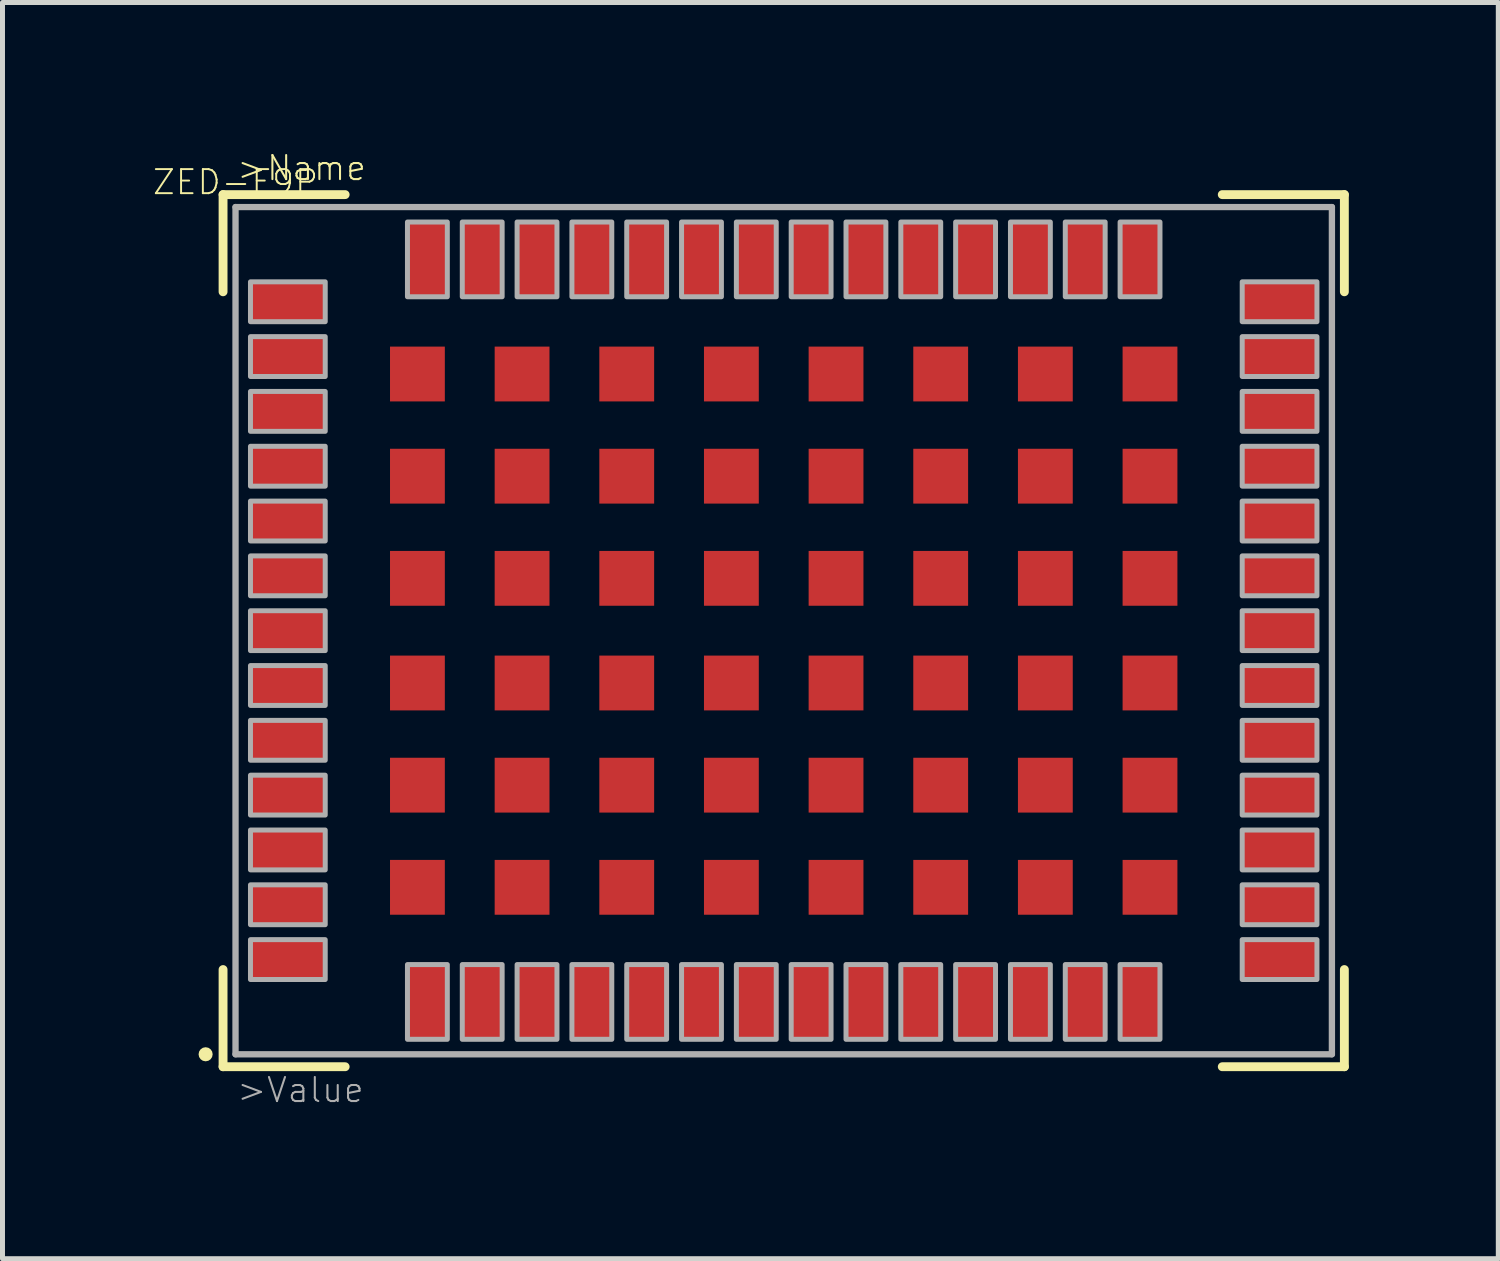
<source format=kicad_pcb>
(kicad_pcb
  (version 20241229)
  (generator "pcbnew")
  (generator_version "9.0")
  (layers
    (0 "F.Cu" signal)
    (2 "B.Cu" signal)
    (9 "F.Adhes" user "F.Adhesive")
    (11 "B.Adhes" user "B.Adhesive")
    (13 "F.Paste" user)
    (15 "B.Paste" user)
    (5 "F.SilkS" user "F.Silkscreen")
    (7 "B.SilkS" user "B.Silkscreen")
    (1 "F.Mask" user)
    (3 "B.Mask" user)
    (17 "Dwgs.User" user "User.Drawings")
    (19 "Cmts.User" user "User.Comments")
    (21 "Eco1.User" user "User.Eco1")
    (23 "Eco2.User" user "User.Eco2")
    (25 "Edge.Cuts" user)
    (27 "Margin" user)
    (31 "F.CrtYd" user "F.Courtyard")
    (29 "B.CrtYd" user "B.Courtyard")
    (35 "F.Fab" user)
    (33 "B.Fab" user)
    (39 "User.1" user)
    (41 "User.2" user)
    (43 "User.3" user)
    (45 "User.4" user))
  (footprint "ZED-F9P"
    (layer "F.Cu")
    (at 12.676 9.605)
    (property "Reference" "ZED-F9P" (at -11 -9 0) (layer "F.SilkS") (effects (font (size 0.483 0.483) (thickness 0.039))))
    (attr through_hole)
    (fp_line (start -11.25 -8.75) (end -8.8 -8.75) (stroke (width 0.178) (type solid)) (layer "F.SilkS"))
    (fp_line (start -11.25 -6.8) (end -11.25 -8.75) (stroke (width 0.178) (type solid)) (layer "F.SilkS"))
    (fp_line (start -11.25 8.75) (end -11.25 6.8) (stroke (width 0.178) (type solid)) (layer "F.SilkS"))
    (fp_line (start -8.8 8.75) (end -11.25 8.75) (stroke (width 0.178) (type solid)) (layer "F.SilkS"))
    (fp_line (start 8.8 -8.75) (end 11.25 -8.75) (stroke (width 0.178) (type solid)) (layer "F.SilkS"))
    (fp_line (start 11.25 -8.75) (end 11.25 -6.8) (stroke (width 0.178) (type solid)) (layer "F.SilkS"))
    (fp_line (start 11.25 6.8) (end 11.25 8.75) (stroke (width 0.178) (type solid)) (layer "F.SilkS"))
    (fp_line (start 11.25 8.75) (end 8.8 8.75) (stroke (width 0.178) (type solid)) (layer "F.SilkS"))
    (fp_circle (center -11.6 8.5) (end -11.529 8.5) (stroke (width 0.141) (type solid)) (fill no) (layer "F.SilkS"))
    (fp_poly (pts (xy -7.8 -4.7) (xy -6.9 -4.7) (xy -6.9 -5.6) (xy -7.8 -5.6)) (stroke (width 0) (type solid)) (fill yes) (layer "F.Paste"))
    (fp_poly (pts (xy -7.8 -2.65) (xy -6.9 -2.65) (xy -6.9 -3.55) (xy -7.8 -3.55)) (stroke (width 0) (type solid)) (fill yes) (layer "F.Paste"))
    (fp_poly (pts (xy -7.8 -0.6) (xy -6.9 -0.6) (xy -6.9 -1.5) (xy -7.8 -1.5)) (stroke (width 0) (type solid)) (fill yes) (layer "F.Paste"))
    (fp_poly (pts (xy -7.8 1.5) (xy -6.9 1.5) (xy -6.9 0.6) (xy -7.8 0.6)) (stroke (width 0) (type solid)) (fill yes) (layer "F.Paste"))
    (fp_poly (pts (xy -7.8 3.55) (xy -6.9 3.55) (xy -6.9 2.65) (xy -7.8 2.65)) (stroke (width 0) (type solid)) (fill yes) (layer "F.Paste"))
    (fp_poly (pts (xy -7.8 5.6) (xy -6.9 5.6) (xy -6.9 4.7) (xy -7.8 4.7)) (stroke (width 0) (type solid)) (fill yes) (layer "F.Paste"))
    (fp_poly (pts (xy -5.7 -4.7) (xy -4.8 -4.7) (xy -4.8 -5.6) (xy -5.7 -5.6)) (stroke (width 0) (type solid)) (fill yes) (layer "F.Paste"))
    (fp_poly (pts (xy -5.7 -2.65) (xy -4.8 -2.65) (xy -4.8 -3.55) (xy -5.7 -3.55)) (stroke (width 0) (type solid)) (fill yes) (layer "F.Paste"))
    (fp_poly (pts (xy -5.7 -0.6) (xy -4.8 -0.6) (xy -4.8 -1.5) (xy -5.7 -1.5)) (stroke (width 0) (type solid)) (fill yes) (layer "F.Paste"))
    (fp_poly (pts (xy -5.7 1.5) (xy -4.8 1.5) (xy -4.8 0.6) (xy -5.7 0.6)) (stroke (width 0) (type solid)) (fill yes) (layer "F.Paste"))
    (fp_poly (pts (xy -5.7 3.55) (xy -4.8 3.55) (xy -4.8 2.65) (xy -5.7 2.65)) (stroke (width 0) (type solid)) (fill yes) (layer "F.Paste"))
    (fp_poly (pts (xy -5.7 5.6) (xy -4.8 5.6) (xy -4.8 4.7) (xy -5.7 4.7)) (stroke (width 0) (type solid)) (fill yes) (layer "F.Paste"))
    (fp_poly (pts (xy -3.6 -4.7) (xy -2.7 -4.7) (xy -2.7 -5.6) (xy -3.6 -5.6)) (stroke (width 0) (type solid)) (fill yes) (layer "F.Paste"))
    (fp_poly (pts (xy -3.6 -2.65) (xy -2.7 -2.65) (xy -2.7 -3.55) (xy -3.6 -3.55)) (stroke (width 0) (type solid)) (fill yes) (layer "F.Paste"))
    (fp_poly (pts (xy -3.6 -0.6) (xy -2.7 -0.6) (xy -2.7 -1.5) (xy -3.6 -1.5)) (stroke (width 0) (type solid)) (fill yes) (layer "F.Paste"))
    (fp_poly (pts (xy -3.6 1.5) (xy -2.7 1.5) (xy -2.7 0.6) (xy -3.6 0.6)) (stroke (width 0) (type solid)) (fill yes) (layer "F.Paste"))
    (fp_poly (pts (xy -3.6 3.55) (xy -2.7 3.55) (xy -2.7 2.65) (xy -3.6 2.65)) (stroke (width 0) (type solid)) (fill yes) (layer "F.Paste"))
    (fp_poly (pts (xy -3.6 5.6) (xy -2.7 5.6) (xy -2.7 4.7) (xy -3.6 4.7)) (stroke (width 0) (type solid)) (fill yes) (layer "F.Paste"))
    (fp_poly (pts (xy -1.5 -4.7) (xy -0.6 -4.7) (xy -0.6 -5.6) (xy -1.5 -5.6)) (stroke (width 0) (type solid)) (fill yes) (layer "F.Paste"))
    (fp_poly (pts (xy -1.5 -2.65) (xy -0.6 -2.65) (xy -0.6 -3.55) (xy -1.5 -3.55)) (stroke (width 0) (type solid)) (fill yes) (layer "F.Paste"))
    (fp_poly (pts (xy -1.5 -0.6) (xy -0.6 -0.6) (xy -0.6 -1.5) (xy -1.5 -1.5)) (stroke (width 0) (type solid)) (fill yes) (layer "F.Paste"))
    (fp_poly (pts (xy -1.5 1.5) (xy -0.6 1.5) (xy -0.6 0.6) (xy -1.5 0.6)) (stroke (width 0) (type solid)) (fill yes) (layer "F.Paste"))
    (fp_poly (pts (xy -1.5 3.55) (xy -0.6 3.55) (xy -0.6 2.65) (xy -1.5 2.65)) (stroke (width 0) (type solid)) (fill yes) (layer "F.Paste"))
    (fp_poly (pts (xy -1.5 5.6) (xy -0.6 5.6) (xy -0.6 4.7) (xy -1.5 4.7)) (stroke (width 0) (type solid)) (fill yes) (layer "F.Paste"))
    (fp_poly (pts (xy 0.6 -4.7) (xy 1.5 -4.7) (xy 1.5 -5.6) (xy 0.6 -5.6)) (stroke (width 0) (type solid)) (fill yes) (layer "F.Paste"))
    (fp_poly (pts (xy 0.6 -2.65) (xy 1.5 -2.65) (xy 1.5 -3.55) (xy 0.6 -3.55)) (stroke (width 0) (type solid)) (fill yes) (layer "F.Paste"))
    (fp_poly (pts (xy 0.6 -0.6) (xy 1.5 -0.6) (xy 1.5 -1.5) (xy 0.6 -1.5)) (stroke (width 0) (type solid)) (fill yes) (layer "F.Paste"))
    (fp_poly (pts (xy 0.6 1.5) (xy 1.5 1.5) (xy 1.5 0.6) (xy 0.6 0.6)) (stroke (width 0) (type solid)) (fill yes) (layer "F.Paste"))
    (fp_poly (pts (xy 0.6 3.55) (xy 1.5 3.55) (xy 1.5 2.65) (xy 0.6 2.65)) (stroke (width 0) (type solid)) (fill yes) (layer "F.Paste"))
    (fp_poly (pts (xy 0.6 5.6) (xy 1.5 5.6) (xy 1.5 4.7) (xy 0.6 4.7)) (stroke (width 0) (type solid)) (fill yes) (layer "F.Paste"))
    (fp_poly (pts (xy 2.7 -4.7) (xy 3.6 -4.7) (xy 3.6 -5.6) (xy 2.7 -5.6)) (stroke (width 0) (type solid)) (fill yes) (layer "F.Paste"))
    (fp_poly (pts (xy 2.7 -2.65) (xy 3.6 -2.65) (xy 3.6 -3.55) (xy 2.7 -3.55)) (stroke (width 0) (type solid)) (fill yes) (layer "F.Paste"))
    (fp_poly (pts (xy 2.7 -0.6) (xy 3.6 -0.6) (xy 3.6 -1.5) (xy 2.7 -1.5)) (stroke (width 0) (type solid)) (fill yes) (layer "F.Paste"))
    (fp_poly (pts (xy 2.7 1.5) (xy 3.6 1.5) (xy 3.6 0.6) (xy 2.7 0.6)) (stroke (width 0) (type solid)) (fill yes) (layer "F.Paste"))
    (fp_poly (pts (xy 2.7 3.55) (xy 3.6 3.55) (xy 3.6 2.65) (xy 2.7 2.65)) (stroke (width 0) (type solid)) (fill yes) (layer "F.Paste"))
    (fp_poly (pts (xy 2.7 5.6) (xy 3.6 5.6) (xy 3.6 4.7) (xy 2.7 4.7)) (stroke (width 0) (type solid)) (fill yes) (layer "F.Paste"))
    (fp_poly (pts (xy 4.8 -4.7) (xy 5.7 -4.7) (xy 5.7 -5.6) (xy 4.8 -5.6)) (stroke (width 0) (type solid)) (fill yes) (layer "F.Paste"))
    (fp_poly (pts (xy 4.8 -2.65) (xy 5.7 -2.65) (xy 5.7 -3.55) (xy 4.8 -3.55)) (stroke (width 0) (type solid)) (fill yes) (layer "F.Paste"))
    (fp_poly (pts (xy 4.8 -0.6) (xy 5.7 -0.6) (xy 5.7 -1.5) (xy 4.8 -1.5)) (stroke (width 0) (type solid)) (fill yes) (layer "F.Paste"))
    (fp_poly (pts (xy 4.8 1.5) (xy 5.7 1.5) (xy 5.7 0.6) (xy 4.8 0.6)) (stroke (width 0) (type solid)) (fill yes) (layer "F.Paste"))
    (fp_poly (pts (xy 4.8 3.55) (xy 5.7 3.55) (xy 5.7 2.65) (xy 4.8 2.65)) (stroke (width 0) (type solid)) (fill yes) (layer "F.Paste"))
    (fp_poly (pts (xy 4.8 5.6) (xy 5.7 5.6) (xy 5.7 4.7) (xy 4.8 4.7)) (stroke (width 0) (type solid)) (fill yes) (layer "F.Paste"))
    (fp_poly (pts (xy 6.9 -4.7) (xy 7.8 -4.7) (xy 7.8 -5.6) (xy 6.9 -5.6)) (stroke (width 0) (type solid)) (fill yes) (layer "F.Paste"))
    (fp_poly (pts (xy 6.9 -2.65) (xy 7.8 -2.65) (xy 7.8 -3.55) (xy 6.9 -3.55)) (stroke (width 0) (type solid)) (fill yes) (layer "F.Paste"))
    (fp_poly (pts (xy 6.9 -0.6) (xy 7.8 -0.6) (xy 7.8 -1.5) (xy 6.9 -1.5)) (stroke (width 0) (type solid)) (fill yes) (layer "F.Paste"))
    (fp_poly (pts (xy 6.9 1.5) (xy 7.8 1.5) (xy 7.8 0.6) (xy 6.9 0.6)) (stroke (width 0) (type solid)) (fill yes) (layer "F.Paste"))
    (fp_poly (pts (xy 6.9 3.55) (xy 7.8 3.55) (xy 7.8 2.65) (xy 6.9 2.65)) (stroke (width 0) (type solid)) (fill yes) (layer "F.Paste"))
    (fp_poly (pts (xy 6.9 5.6) (xy 7.8 5.6) (xy 7.8 4.7) (xy 6.9 4.7)) (stroke (width 0) (type solid)) (fill yes) (layer "F.Paste"))
    (fp_line (start -11 -8.5) (end 11 -8.5) (stroke (width 0.127) (type solid)) (layer "F.Fab"))
    (fp_line (start -11 8.5) (end -11 -8.5) (stroke (width 0.127) (type solid)) (layer "F.Fab"))
    (fp_line (start 11 -8.5) (end 11 8.5) (stroke (width 0.127) (type solid)) (layer "F.Fab"))
    (fp_line (start 11 8.5) (end -11 8.5) (stroke (width 0.127) (type solid)) (layer "F.Fab"))
    (fp_poly (pts (xy -10.7 -6.2) (xy -9.2 -6.2) (xy -9.2 -7) (xy -10.7 -7)) (stroke (width 0.1) (type solid)) (fill no) (layer "F.Fab"))
    (fp_poly (pts (xy -10.7 -5.1) (xy -9.2 -5.1) (xy -9.2 -5.9) (xy -10.7 -5.9)) (stroke (width 0.1) (type solid)) (fill no) (layer "F.Fab"))
    (fp_poly (pts (xy -10.7 -4) (xy -9.2 -4) (xy -9.2 -4.8) (xy -10.7 -4.8)) (stroke (width 0.1) (type solid)) (fill no) (layer "F.Fab"))
    (fp_poly (pts (xy -10.7 -2.9) (xy -9.2 -2.9) (xy -9.2 -3.7) (xy -10.7 -3.7)) (stroke (width 0.1) (type solid)) (fill no) (layer "F.Fab"))
    (fp_poly (pts (xy -10.7 -1.8) (xy -9.2 -1.8) (xy -9.2 -2.6) (xy -10.7 -2.6)) (stroke (width 0.1) (type solid)) (fill no) (layer "F.Fab"))
    (fp_poly (pts (xy -10.7 -0.7) (xy -9.2 -0.7) (xy -9.2 -1.5) (xy -10.7 -1.5)) (stroke (width 0.1) (type solid)) (fill no) (layer "F.Fab"))
    (fp_poly (pts (xy -10.7 0.4) (xy -9.2 0.4) (xy -9.2 -0.4) (xy -10.7 -0.4)) (stroke (width 0.1) (type solid)) (fill no) (layer "F.Fab"))
    (fp_poly (pts (xy -10.7 1.5) (xy -9.2 1.5) (xy -9.2 0.7) (xy -10.7 0.7)) (stroke (width 0.1) (type solid)) (fill no) (layer "F.Fab"))
    (fp_poly (pts (xy -10.7 2.6) (xy -9.2 2.6) (xy -9.2 1.8) (xy -10.7 1.8)) (stroke (width 0.1) (type solid)) (fill no) (layer "F.Fab"))
    (fp_poly (pts (xy -10.7 3.7) (xy -9.2 3.7) (xy -9.2 2.9) (xy -10.7 2.9)) (stroke (width 0.1) (type solid)) (fill no) (layer "F.Fab"))
    (fp_poly (pts (xy -10.7 4.8) (xy -9.2 4.8) (xy -9.2 4) (xy -10.7 4)) (stroke (width 0.1) (type solid)) (fill no) (layer "F.Fab"))
    (fp_poly (pts (xy -10.7 5.9) (xy -9.2 5.9) (xy -9.2 5.1) (xy -10.7 5.1)) (stroke (width 0.1) (type solid)) (fill no) (layer "F.Fab"))
    (fp_poly (pts (xy -10.7 7) (xy -9.2 7) (xy -9.2 6.2) (xy -10.7 6.2)) (stroke (width 0.1) (type solid)) (fill no) (layer "F.Fab"))
    (fp_poly (pts (xy -7.55 -6.7) (xy -6.75 -6.7) (xy -6.75 -8.2) (xy -7.55 -8.2)) (stroke (width 0.1) (type solid)) (fill no) (layer "F.Fab"))
    (fp_poly (pts (xy -7.55 8.2) (xy -6.75 8.2) (xy -6.75 6.7) (xy -7.55 6.7)) (stroke (width 0.1) (type solid)) (fill no) (layer "F.Fab"))
    (fp_poly (pts (xy -6.45 -6.7) (xy -5.65 -6.7) (xy -5.65 -8.2) (xy -6.45 -8.2)) (stroke (width 0.1) (type solid)) (fill no) (layer "F.Fab"))
    (fp_poly (pts (xy -6.45 8.2) (xy -5.65 8.2) (xy -5.65 6.7) (xy -6.45 6.7)) (stroke (width 0.1) (type solid)) (fill no) (layer "F.Fab"))
    (fp_poly (pts (xy -5.35 -6.7) (xy -4.55 -6.7) (xy -4.55 -8.2) (xy -5.35 -8.2)) (stroke (width 0.1) (type solid)) (fill no) (layer "F.Fab"))
    (fp_poly (pts (xy -5.35 8.2) (xy -4.55 8.2) (xy -4.55 6.7) (xy -5.35 6.7)) (stroke (width 0.1) (type solid)) (fill no) (layer "F.Fab"))
    (fp_poly (pts (xy -4.25 -6.7) (xy -3.45 -6.7) (xy -3.45 -8.2) (xy -4.25 -8.2)) (stroke (width 0.1) (type solid)) (fill no) (layer "F.Fab"))
    (fp_poly (pts (xy -4.25 8.2) (xy -3.45 8.2) (xy -3.45 6.7) (xy -4.25 6.7)) (stroke (width 0.1) (type solid)) (fill no) (layer "F.Fab"))
    (fp_poly (pts (xy -3.15 -6.7) (xy -2.35 -6.7) (xy -2.35 -8.2) (xy -3.15 -8.2)) (stroke (width 0.1) (type solid)) (fill no) (layer "F.Fab"))
    (fp_poly (pts (xy -3.15 8.2) (xy -2.35 8.2) (xy -2.35 6.7) (xy -3.15 6.7)) (stroke (width 0.1) (type solid)) (fill no) (layer "F.Fab"))
    (fp_poly (pts (xy -2.05 -6.7) (xy -1.25 -6.7) (xy -1.25 -8.2) (xy -2.05 -8.2)) (stroke (width 0.1) (type solid)) (fill no) (layer "F.Fab"))
    (fp_poly (pts (xy -2.05 8.2) (xy -1.25 8.2) (xy -1.25 6.7) (xy -2.05 6.7)) (stroke (width 0.1) (type solid)) (fill no) (layer "F.Fab"))
    (fp_poly (pts (xy -0.95 -6.7) (xy -0.15 -6.7) (xy -0.15 -8.2) (xy -0.95 -8.2)) (stroke (width 0.1) (type solid)) (fill no) (layer "F.Fab"))
    (fp_poly (pts (xy -0.95 8.2) (xy -0.15 8.2) (xy -0.15 6.7) (xy -0.95 6.7)) (stroke (width 0.1) (type solid)) (fill no) (layer "F.Fab"))
    (fp_poly (pts (xy 0.15 -6.7) (xy 0.95 -6.7) (xy 0.95 -8.2) (xy 0.15 -8.2)) (stroke (width 0.1) (type solid)) (fill no) (layer "F.Fab"))
    (fp_poly (pts (xy 0.15 8.2) (xy 0.95 8.2) (xy 0.95 6.7) (xy 0.15 6.7)) (stroke (width 0.1) (type solid)) (fill no) (layer "F.Fab"))
    (fp_poly (pts (xy 1.25 -6.7) (xy 2.05 -6.7) (xy 2.05 -8.2) (xy 1.25 -8.2)) (stroke (width 0.1) (type solid)) (fill no) (layer "F.Fab"))
    (fp_poly (pts (xy 1.25 8.2) (xy 2.05 8.2) (xy 2.05 6.7) (xy 1.25 6.7)) (stroke (width 0.1) (type solid)) (fill no) (layer "F.Fab"))
    (fp_poly (pts (xy 2.35 -6.7) (xy 3.15 -6.7) (xy 3.15 -8.2) (xy 2.35 -8.2)) (stroke (width 0.1) (type solid)) (fill no) (layer "F.Fab"))
    (fp_poly (pts (xy 2.35 8.2) (xy 3.15 8.2) (xy 3.15 6.7) (xy 2.35 6.7)) (stroke (width 0.1) (type solid)) (fill no) (layer "F.Fab"))
    (fp_poly (pts (xy 3.45 -6.7) (xy 4.25 -6.7) (xy 4.25 -8.2) (xy 3.45 -8.2)) (stroke (width 0.1) (type solid)) (fill no) (layer "F.Fab"))
    (fp_poly (pts (xy 3.45 8.2) (xy 4.25 8.2) (xy 4.25 6.7) (xy 3.45 6.7)) (stroke (width 0.1) (type solid)) (fill no) (layer "F.Fab"))
    (fp_poly (pts (xy 4.55 -6.7) (xy 5.35 -6.7) (xy 5.35 -8.2) (xy 4.55 -8.2)) (stroke (width 0.1) (type solid)) (fill no) (layer "F.Fab"))
    (fp_poly (pts (xy 4.55 8.2) (xy 5.35 8.2) (xy 5.35 6.7) (xy 4.55 6.7)) (stroke (width 0.1) (type solid)) (fill no) (layer "F.Fab"))
    (fp_poly (pts (xy 5.65 -6.7) (xy 6.45 -6.7) (xy 6.45 -8.2) (xy 5.65 -8.2)) (stroke (width 0.1) (type solid)) (fill no) (layer "F.Fab"))
    (fp_poly (pts (xy 5.65 8.2) (xy 6.45 8.2) (xy 6.45 6.7) (xy 5.65 6.7)) (stroke (width 0.1) (type solid)) (fill no) (layer "F.Fab"))
    (fp_poly (pts (xy 6.75 -6.7) (xy 7.55 -6.7) (xy 7.55 -8.2) (xy 6.75 -8.2)) (stroke (width 0.1) (type solid)) (fill no) (layer "F.Fab"))
    (fp_poly (pts (xy 6.75 8.2) (xy 7.55 8.2) (xy 7.55 6.7) (xy 6.75 6.7)) (stroke (width 0.1) (type solid)) (fill no) (layer "F.Fab"))
    (fp_poly (pts (xy 9.2 -6.2) (xy 10.7 -6.2) (xy 10.7 -7) (xy 9.2 -7)) (stroke (width 0.1) (type solid)) (fill no) (layer "F.Fab"))
    (fp_poly (pts (xy 9.2 -5.1) (xy 10.7 -5.1) (xy 10.7 -5.9) (xy 9.2 -5.9)) (stroke (width 0.1) (type solid)) (fill no) (layer "F.Fab"))
    (fp_poly (pts (xy 9.2 -4) (xy 10.7 -4) (xy 10.7 -4.8) (xy 9.2 -4.8)) (stroke (width 0.1) (type solid)) (fill no) (layer "F.Fab"))
    (fp_poly (pts (xy 9.2 -2.9) (xy 10.7 -2.9) (xy 10.7 -3.7) (xy 9.2 -3.7)) (stroke (width 0.1) (type solid)) (fill no) (layer "F.Fab"))
    (fp_poly (pts (xy 9.2 -1.8) (xy 10.7 -1.8) (xy 10.7 -2.6) (xy 9.2 -2.6)) (stroke (width 0.1) (type solid)) (fill no) (layer "F.Fab"))
    (fp_poly (pts (xy 9.2 -0.7) (xy 10.7 -0.7) (xy 10.7 -1.5) (xy 9.2 -1.5)) (stroke (width 0.1) (type solid)) (fill no) (layer "F.Fab"))
    (fp_poly (pts (xy 9.2 0.4) (xy 10.7 0.4) (xy 10.7 -0.4) (xy 9.2 -0.4)) (stroke (width 0.1) (type solid)) (fill no) (layer "F.Fab"))
    (fp_poly (pts (xy 9.2 1.5) (xy 10.7 1.5) (xy 10.7 0.7) (xy 9.2 0.7)) (stroke (width 0.1) (type solid)) (fill no) (layer "F.Fab"))
    (fp_poly (pts (xy 9.2 2.6) (xy 10.7 2.6) (xy 10.7 1.8) (xy 9.2 1.8)) (stroke (width 0.1) (type solid)) (fill no) (layer "F.Fab"))
    (fp_poly (pts (xy 9.2 3.7) (xy 10.7 3.7) (xy 10.7 2.9) (xy 9.2 2.9)) (stroke (width 0.1) (type solid)) (fill no) (layer "F.Fab"))
    (fp_poly (pts (xy 9.2 4.8) (xy 10.7 4.8) (xy 10.7 4) (xy 9.2 4)) (stroke (width 0.1) (type solid)) (fill no) (layer "F.Fab"))
    (fp_poly (pts (xy 9.2 5.9) (xy 10.7 5.9) (xy 10.7 5.1) (xy 9.2 5.1)) (stroke (width 0.1) (type solid)) (fill no) (layer "F.Fab"))
    (fp_poly (pts (xy 9.2 7) (xy 10.7 7) (xy 10.7 6.2) (xy 9.2 6.2)) (stroke (width 0.1) (type solid)) (fill no) (layer "F.Fab"))
    (fp_text user ">Name" (at -11 -9 0) (layer "F.SilkS") (effects (font (size 0.483 0.483) (thickness 0.041)) (justify left bottom)))
    (fp_text user ">Value" (at -11 9.5 0) (layer "F.Fab") (effects (font (size 0.483 0.483) (thickness 0.041)) (justify left bottom)))
    (pad "1" smd rect (at -7.15 7.45 90) (size 1.52 0.85) (layers "F.Cu" "F.Mask" "F.Paste"))
    (pad "2" smd rect (at -6.05 7.45 90) (size 1.52 0.85) (layers "F.Cu" "F.Mask" "F.Paste"))
    (pad "3" smd rect (at -4.95 7.45 90) (size 1.52 0.85) (layers "F.Cu" "F.Mask" "F.Paste"))
    (pad "4" smd rect (at -3.85 7.45 90) (size 1.52 0.85) (layers "F.Cu" "F.Mask" "F.Paste"))
    (pad "5" smd rect (at -2.75 7.45 90) (size 1.52 0.85) (layers "F.Cu" "F.Mask" "F.Paste"))
    (pad "6" smd rect (at -1.65 7.45 90) (size 1.52 0.85) (layers "F.Cu" "F.Mask" "F.Paste"))
    (pad "7" smd rect (at -0.55 7.45 90) (size 1.52 0.85) (layers "F.Cu" "F.Mask" "F.Paste"))
    (pad "8" smd rect (at 0.55 7.45 90) (size 1.52 0.85) (layers "F.Cu" "F.Mask" "F.Paste"))
    (pad "9" smd rect (at 1.65 7.45 90) (size 1.52 0.85) (layers "F.Cu" "F.Mask" "F.Paste"))
    (pad "10" smd rect (at 2.75 7.45 90) (size 1.52 0.85) (layers "F.Cu" "F.Mask" "F.Paste"))
    (pad "11" smd rect (at 3.85 7.45 90) (size 1.52 0.85) (layers "F.Cu" "F.Mask" "F.Paste"))
    (pad "12" smd rect (at 4.95 7.45 90) (size 1.52 0.85) (layers "F.Cu" "F.Mask" "F.Paste"))
    (pad "13" smd rect (at 6.05 7.45 90) (size 1.52 0.85) (layers "F.Cu" "F.Mask" "F.Paste"))
    (pad "14" smd rect (at 7.15 7.45 90) (size 1.52 0.85) (layers "F.Cu" "F.Mask" "F.Paste"))
    (pad "15" smd rect (at 9.95 6.6) (size 1.52 0.85) (layers "F.Cu" "F.Mask" "F.Paste"))
    (pad "16" smd rect (at 9.95 5.5) (size 1.52 0.85) (layers "F.Cu" "F.Mask" "F.Paste"))
    (pad "17" smd rect (at 9.95 4.4) (size 1.52 0.85) (layers "F.Cu" "F.Mask" "F.Paste"))
    (pad "18" smd rect (at 9.95 3.3) (size 1.52 0.85) (layers "F.Cu" "F.Mask" "F.Paste"))
    (pad "19" smd rect (at 9.95 2.2) (size 1.52 0.85) (layers "F.Cu" "F.Mask" "F.Paste"))
    (pad "20" smd rect (at 9.95 1.1) (size 1.52 0.85) (layers "F.Cu" "F.Mask" "F.Paste"))
    (pad "21" smd rect (at 9.95 0) (size 1.52 0.85) (layers "F.Cu" "F.Mask" "F.Paste"))
    (pad "22" smd rect (at 9.95 -1.1) (size 1.52 0.85) (layers "F.Cu" "F.Mask" "F.Paste"))
    (pad "23" smd rect (at 9.95 -2.2) (size 1.52 0.85) (layers "F.Cu" "F.Mask" "F.Paste"))
    (pad "24" smd rect (at 9.95 -3.3) (size 1.52 0.85) (layers "F.Cu" "F.Mask" "F.Paste"))
    (pad "25" smd rect (at 9.95 -4.4) (size 1.52 0.85) (layers "F.Cu" "F.Mask" "F.Paste"))
    (pad "26" smd rect (at 9.95 -5.5) (size 1.52 0.85) (layers "F.Cu" "F.Mask" "F.Paste"))
    (pad "27" smd rect (at 9.95 -6.6) (size 1.52 0.85) (layers "F.Cu" "F.Mask" "F.Paste"))
    (pad "28" smd rect (at 7.15 -7.45 270) (size 1.52 0.85) (layers "F.Cu" "F.Mask" "F.Paste"))
    (pad "29" smd rect (at 6.05 -7.45 270) (size 1.52 0.85) (layers "F.Cu" "F.Mask" "F.Paste"))
    (pad "30" smd rect (at 4.95 -7.45 270) (size 1.52 0.85) (layers "F.Cu" "F.Mask" "F.Paste"))
    (pad "31" smd rect (at 3.85 -7.45 270) (size 1.52 0.85) (layers "F.Cu" "F.Mask" "F.Paste"))
    (pad "32" smd rect (at 2.75 -7.45 270) (size 1.52 0.85) (layers "F.Cu" "F.Mask" "F.Paste"))
    (pad "33" smd rect (at 1.65 -7.45 270) (size 1.52 0.85) (layers "F.Cu" "F.Mask" "F.Paste"))
    (pad "34" smd rect (at 0.55 -7.45 270) (size 1.52 0.85) (layers "F.Cu" "F.Mask" "F.Paste"))
    (pad "35" smd rect (at -0.55 -7.45 270) (size 1.52 0.85) (layers "F.Cu" "F.Mask" "F.Paste"))
    (pad "36" smd rect (at -1.65 -7.45 270) (size 1.52 0.85) (layers "F.Cu" "F.Mask" "F.Paste"))
    (pad "37" smd rect (at -2.75 -7.45 270) (size 1.52 0.85) (layers "F.Cu" "F.Mask" "F.Paste"))
    (pad "38" smd rect (at -3.85 -7.45 270) (size 1.52 0.85) (layers "F.Cu" "F.Mask" "F.Paste"))
    (pad "39" smd rect (at -4.95 -7.45 270) (size 1.52 0.85) (layers "F.Cu" "F.Mask" "F.Paste"))
    (pad "40" smd rect (at -6.05 -7.45 270) (size 1.52 0.85) (layers "F.Cu" "F.Mask" "F.Paste"))
    (pad "41" smd rect (at -7.15 -7.45 270) (size 1.52 0.85) (layers "F.Cu" "F.Mask" "F.Paste"))
    (pad "42" smd rect (at -9.95 -6.6 180) (size 1.52 0.85) (layers "F.Cu" "F.Mask" "F.Paste"))
    (pad "43" smd rect (at -9.95 -5.5 180) (size 1.52 0.85) (layers "F.Cu" "F.Mask" "F.Paste"))
    (pad "44" smd rect (at -9.95 -4.4 180) (size 1.52 0.85) (layers "F.Cu" "F.Mask" "F.Paste"))
    (pad "45" smd rect (at -9.95 -3.3 180) (size 1.52 0.85) (layers "F.Cu" "F.Mask" "F.Paste"))
    (pad "46" smd rect (at -9.95 -2.2 180) (size 1.52 0.85) (layers "F.Cu" "F.Mask" "F.Paste"))
    (pad "47" smd rect (at -9.95 -1.1 180) (size 1.52 0.85) (layers "F.Cu" "F.Mask" "F.Paste"))
    (pad "48" smd rect (at -9.95 0 180) (size 1.52 0.85) (layers "F.Cu" "F.Mask" "F.Paste"))
    (pad "49" smd rect (at -9.95 1.1 180) (size 1.52 0.85) (layers "F.Cu" "F.Mask" "F.Paste"))
    (pad "50" smd rect (at -9.95 2.2 180) (size 1.52 0.85) (layers "F.Cu" "F.Mask" "F.Paste"))
    (pad "51" smd rect (at -9.95 3.3 180) (size 1.52 0.85) (layers "F.Cu" "F.Mask" "F.Paste"))
    (pad "52" smd rect (at -9.95 4.4 180) (size 1.52 0.85) (layers "F.Cu" "F.Mask" "F.Paste"))
    (pad "53" smd rect (at -9.95 5.5 180) (size 1.52 0.85) (layers "F.Cu" "F.Mask" "F.Paste"))
    (pad "54" smd rect (at -9.95 6.6 180) (size 1.52 0.85) (layers "F.Cu" "F.Mask" "F.Paste"))
    (pad "55" smd rect (at -1.05 1.05) (size 1.1 1.1) (layers "F.Cu" "F.Mask"))
    (pad "56" smd rect (at -3.15 1.05) (size 1.1 1.1) (layers "F.Cu" "F.Mask"))
    (pad "57" smd rect (at -5.25 1.05) (size 1.1 1.1) (layers "F.Cu" "F.Mask"))
    (pad "58" smd rect (at -7.35 1.05) (size 1.1 1.1) (layers "F.Cu" "F.Mask"))
    (pad "59" smd rect (at -1.05 3.1) (size 1.1 1.1) (layers "F.Cu" "F.Mask"))
    (pad "60" smd rect (at -3.15 3.1) (size 1.1 1.1) (layers "F.Cu" "F.Mask"))
    (pad "61" smd rect (at -5.25 3.1) (size 1.1 1.1) (layers "F.Cu" "F.Mask"))
    (pad "62" smd rect (at -7.35 3.1) (size 1.1 1.1) (layers "F.Cu" "F.Mask"))
    (pad "63" smd rect (at -1.05 5.15) (size 1.1 1.1) (layers "F.Cu" "F.Mask"))
    (pad "64" smd rect (at -3.15 5.15) (size 1.1 1.1) (layers "F.Cu" "F.Mask"))
    (pad "65" smd rect (at -5.25 5.15) (size 1.1 1.1) (layers "F.Cu" "F.Mask"))
    (pad "66" smd rect (at -7.35 5.15) (size 1.1 1.1) (layers "F.Cu" "F.Mask"))
    (pad "67" smd rect (at -1.05 -5.15) (size 1.1 1.1) (layers "F.Cu" "F.Mask"))
    (pad "68" smd rect (at -3.15 -5.15) (size 1.1 1.1) (layers "F.Cu" "F.Mask"))
    (pad "69" smd rect (at -5.25 -5.15) (size 1.1 1.1) (layers "F.Cu" "F.Mask"))
    (pad "70" smd rect (at -7.35 -5.15) (size 1.1 1.1) (layers "F.Cu" "F.Mask"))
    (pad "71" smd rect (at -1.05 -3.1) (size 1.1 1.1) (layers "F.Cu" "F.Mask"))
    (pad "72" smd rect (at -3.15 -3.1) (size 1.1 1.1) (layers "F.Cu" "F.Mask"))
    (pad "73" smd rect (at -5.25 -3.1) (size 1.1 1.1) (layers "F.Cu" "F.Mask"))
    (pad "74" smd rect (at -7.35 -3.1) (size 1.1 1.1) (layers "F.Cu" "F.Mask"))
    (pad "75" smd rect (at -1.05 -1.05) (size 1.1 1.1) (layers "F.Cu" "F.Mask"))
    (pad "76" smd rect (at -3.15 -1.05) (size 1.1 1.1) (layers "F.Cu" "F.Mask"))
    (pad "77" smd rect (at -5.25 -1.05) (size 1.1 1.1) (layers "F.Cu" "F.Mask"))
    (pad "78" smd rect (at -7.35 -1.05) (size 1.1 1.1) (layers "F.Cu" "F.Mask"))
    (pad "79" smd rect (at 1.05 -1.05 180) (size 1.1 1.1) (layers "F.Cu" "F.Mask"))
    (pad "80" smd rect (at 3.15 -1.05 180) (size 1.1 1.1) (layers "F.Cu" "F.Mask"))
    (pad "81" smd rect (at 5.25 -1.05 180) (size 1.1 1.1) (layers "F.Cu" "F.Mask"))
    (pad "82" smd rect (at 7.35 -1.05 180) (size 1.1 1.1) (layers "F.Cu" "F.Mask"))
    (pad "83" smd rect (at 1.05 -3.1 180) (size 1.1 1.1) (layers "F.Cu" "F.Mask"))
    (pad "84" smd rect (at 3.15 -3.1 180) (size 1.1 1.1) (layers "F.Cu" "F.Mask"))
    (pad "85" smd rect (at 5.25 -3.1 180) (size 1.1 1.1) (layers "F.Cu" "F.Mask"))
    (pad "86" smd rect (at 7.35 -3.1 180) (size 1.1 1.1) (layers "F.Cu" "F.Mask"))
    (pad "87" smd rect (at 1.05 -5.15 180) (size 1.1 1.1) (layers "F.Cu" "F.Mask"))
    (pad "88" smd rect (at 3.15 -5.15 180) (size 1.1 1.1) (layers "F.Cu" "F.Mask"))
    (pad "89" smd rect (at 5.25 -5.15 180) (size 1.1 1.1) (layers "F.Cu" "F.Mask"))
    (pad "90" smd rect (at 7.35 -5.15 180) (size 1.1 1.1) (layers "F.Cu" "F.Mask"))
    (pad "91" smd rect (at 1.05 5.15 180) (size 1.1 1.1) (layers "F.Cu" "F.Mask"))
    (pad "92" smd rect (at 3.15 5.15 180) (size 1.1 1.1) (layers "F.Cu" "F.Mask"))
    (pad "93" smd rect (at 5.25 5.15 180) (size 1.1 1.1) (layers "F.Cu" "F.Mask"))
    (pad "94" smd rect (at 7.35 5.15 180) (size 1.1 1.1) (layers "F.Cu" "F.Mask"))
    (pad "95" smd rect (at 1.05 3.1 180) (size 1.1 1.1) (layers "F.Cu" "F.Mask"))
    (pad "96" smd rect (at 3.15 3.1 180) (size 1.1 1.1) (layers "F.Cu" "F.Mask"))
    (pad "97" smd rect (at 5.25 3.1 180) (size 1.1 1.1) (layers "F.Cu" "F.Mask"))
    (pad "98" smd rect (at 7.35 3.1 180) (size 1.1 1.1) (layers "F.Cu" "F.Mask"))
    (pad "99" smd rect (at 1.05 1.05 180) (size 1.1 1.1) (layers "F.Cu" "F.Mask"))
    (pad "100" smd rect (at 3.15 1.05 180) (size 1.1 1.1) (layers "F.Cu" "F.Mask"))
    (pad "101" smd rect (at 5.25 1.05 180) (size 1.1 1.1) (layers "F.Cu" "F.Mask"))
    (pad "102" smd rect (at 7.35 1.05 180) (size 1.1 1.1) (layers "F.Cu" "F.Mask")))
  (gr_rect
    (start -3 -3)
    (end 27.015 22.207)
    (stroke (width 0.1) (type default))
    (fill no)
    (layer "Edge.Cuts")))
</source>
